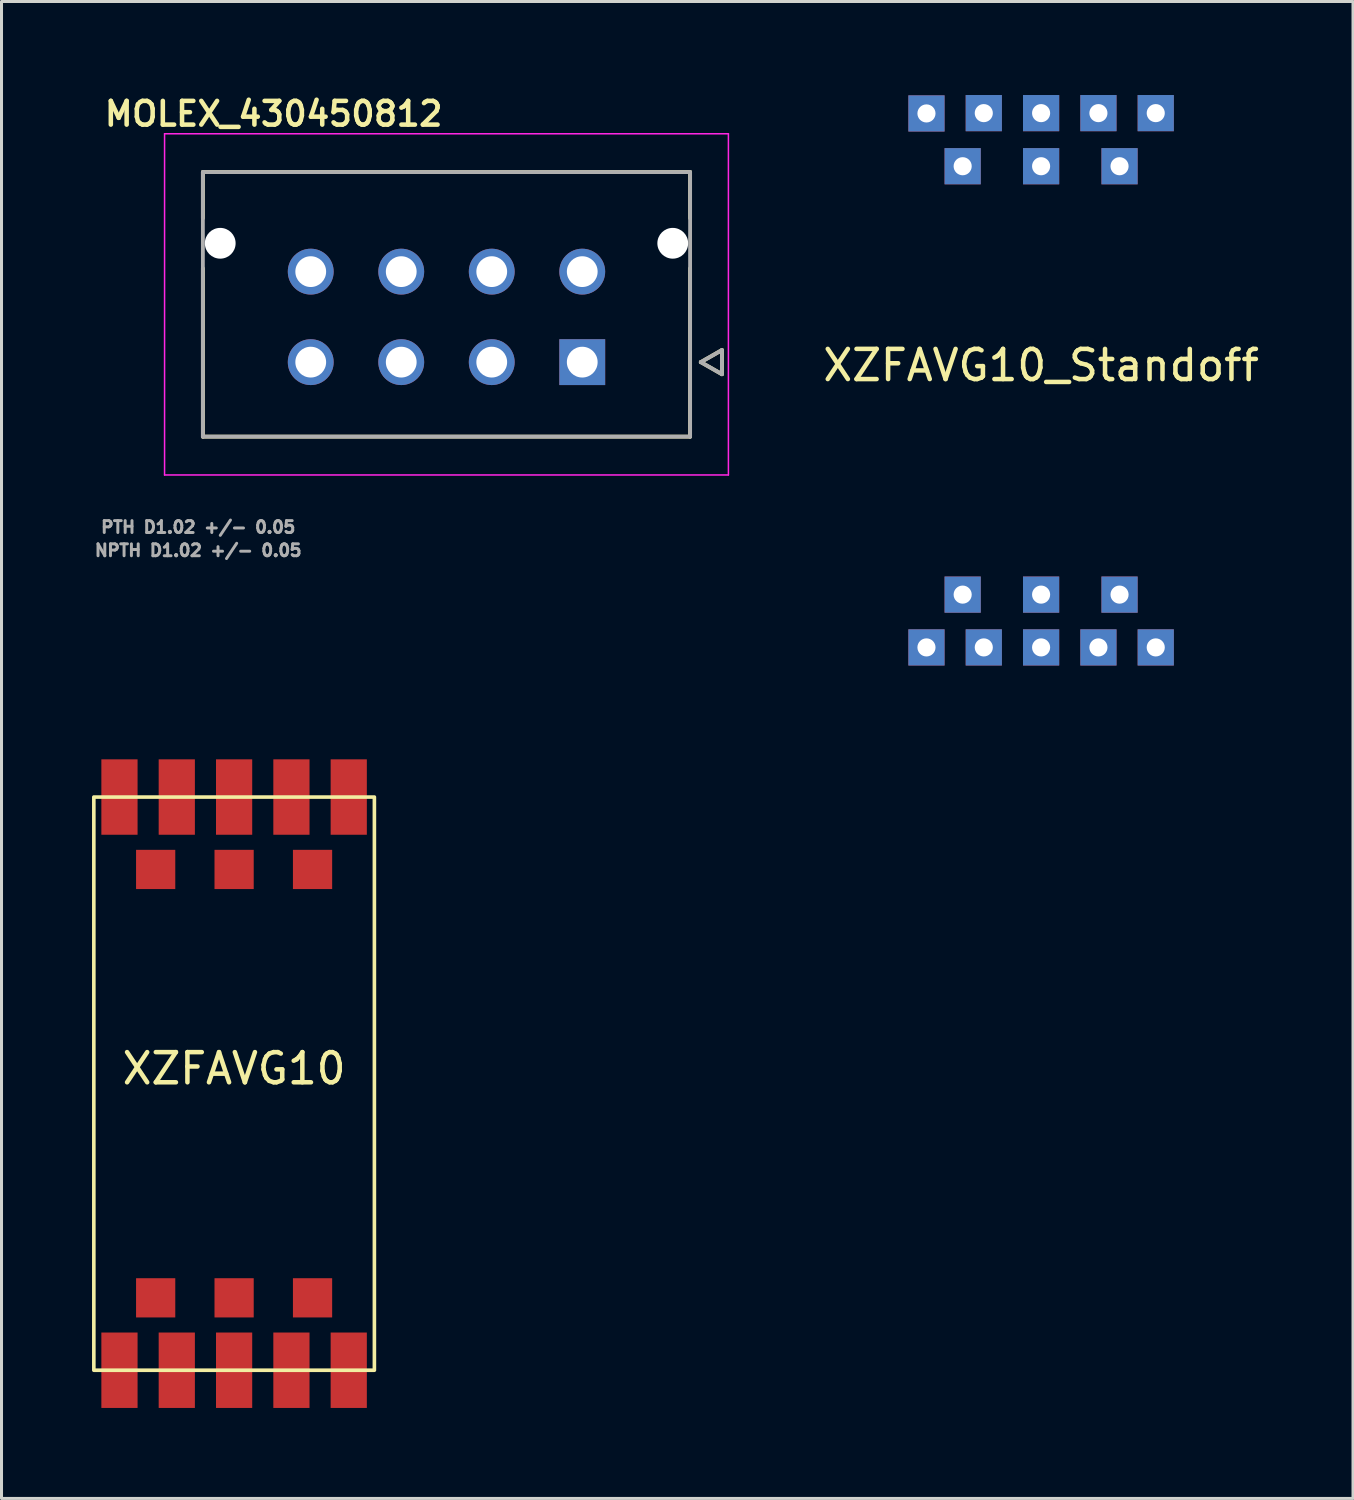
<source format=kicad_pcb>
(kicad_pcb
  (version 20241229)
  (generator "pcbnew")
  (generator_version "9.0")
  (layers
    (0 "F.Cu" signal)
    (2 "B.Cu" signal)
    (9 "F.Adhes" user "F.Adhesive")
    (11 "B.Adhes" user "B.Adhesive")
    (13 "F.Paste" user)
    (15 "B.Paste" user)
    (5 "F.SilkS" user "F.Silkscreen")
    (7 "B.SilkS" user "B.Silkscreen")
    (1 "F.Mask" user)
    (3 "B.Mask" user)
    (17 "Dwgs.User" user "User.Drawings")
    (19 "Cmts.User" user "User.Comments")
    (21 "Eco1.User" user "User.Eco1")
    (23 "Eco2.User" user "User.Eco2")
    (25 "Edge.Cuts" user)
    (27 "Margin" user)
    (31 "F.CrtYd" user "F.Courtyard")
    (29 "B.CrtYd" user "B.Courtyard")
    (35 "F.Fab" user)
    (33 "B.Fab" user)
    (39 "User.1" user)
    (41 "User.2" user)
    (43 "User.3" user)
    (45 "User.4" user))
  (footprint "XZFAVG10"
    (layer "F.Cu")
    (at 4.71 32.87)
    (property "Reference" "XZFAVG10" (at 0 -0.5 0) (unlocked yes) (layer "F.SilkS") (effects (font (size 1 1) (thickness 0.15))))
    (attr smd)
    (fp_rect (start -4.65 -9.5) (end 4.65 9.5) (stroke (width 0.12) (type default)) (fill no) (layer "F.SilkS"))
    (pad "1" smd rect (at -3.8 9.5) (size 1.2 2.5) (layers "F.Cu" "F.Mask" "F.Paste"))
    (pad "2" smd rect (at -1.9 9.5) (size 1.2 2.5) (layers "F.Cu" "F.Mask" "F.Paste"))
    (pad "3" smd rect (at 0 9.5) (size 1.2 2.5) (layers "F.Cu" "F.Mask" "F.Paste"))
    (pad "4" smd rect (at 1.9 9.5) (size 1.2 2.5) (layers "F.Cu" "F.Mask" "F.Paste"))
    (pad "5" smd rect (at 3.8 9.5) (size 1.2 2.5) (layers "F.Cu" "F.Mask" "F.Paste"))
    (pad "6" smd rect (at 2.6 7.1) (size 1.3 1.3) (layers "F.Cu" "F.Mask" "F.Paste"))
    (pad "7" smd rect (at 0 7.1) (size 1.3 1.3) (layers "F.Cu" "F.Mask" "F.Paste"))
    (pad "8" smd rect (at -2.6 7.1) (size 1.3 1.3) (layers "F.Cu" "F.Mask" "F.Paste"))
    (pad "9" smd rect (at -2.6 -7.1 180) (size 1.3 1.3) (layers "F.Cu" "F.Mask" "F.Paste"))
    (pad "10" smd rect (at 0 -7.1 180) (size 1.3 1.3) (layers "F.Cu" "F.Mask" "F.Paste"))
    (pad "11" smd rect (at 2.6 -7.1 180) (size 1.3 1.3) (layers "F.Cu" "F.Mask" "F.Paste"))
    (pad "12" smd rect (at 3.8 -9.5 180) (size 1.2 2.5) (layers "F.Cu" "F.Mask" "F.Paste"))
    (pad "13" smd rect (at 1.9 -9.5 180) (size 1.2 2.5) (layers "F.Cu" "F.Mask" "F.Paste"))
    (pad "14" smd rect (at 0 -9.5 180) (size 1.2 2.5) (layers "F.Cu" "F.Mask" "F.Paste"))
    (pad "15" smd rect (at -1.9 -9.5 180) (size 1.2 2.5) (layers "F.Cu" "F.Mask" "F.Paste"))
    (pad "16" smd rect (at -3.8 -9.5 180) (size 1.2 2.5) (layers "F.Cu" "F.Mask" "F.Paste")))
  (footprint "XZFAVG10_Standoff"
    (layer "F.Cu")
    (at 31.46 9.56)
    (property "Reference" "XZFAVG10_Standoff" (at 0 -0.5 0) (unlocked yes) (layer "F.SilkS") (effects (font (size 1 1) (thickness 0.15))))
    (fp_rect (start -4.65 -9.5) (end 4.65 9.5) (stroke (width 0.12) (type default)) (fill no) (layer "User.2"))
    (pad "1" thru_hole rect (at -3.8 8.85) (size 1.2 1.2) (drill 0.6) (layers "*.Cu" "*.Mask"))
    (pad "2" thru_hole rect (at -1.9 8.85) (size 1.2 1.2) (drill 0.6) (layers "*.Cu" "*.Mask"))
    (pad "3" thru_hole rect (at 0 8.85) (size 1.2 1.2) (drill 0.6) (layers "*.Cu" "*.Mask"))
    (pad "4" thru_hole rect (at 1.9 8.85) (size 1.2 1.2) (drill 0.6) (layers "*.Cu" "*.Mask"))
    (pad "5" thru_hole rect (at 3.8 8.85) (size 1.2 1.2) (drill 0.6) (layers "*.Cu" "*.Mask"))
    (pad "6" thru_hole rect (at 2.6 7.1) (size 1.2 1.2) (drill 0.6) (layers "*.Cu" "*.Mask"))
    (pad "7" thru_hole rect (at 0 7.1) (size 1.2 1.2) (drill 0.6) (layers "*.Cu" "*.Mask"))
    (pad "8" thru_hole rect (at -2.6 7.1) (size 1.2 1.2) (drill 0.6) (layers "*.Cu" "*.Mask"))
    (pad "9" thru_hole rect (at -2.6 -7.1) (size 1.2 1.2) (drill 0.6) (layers "*.Cu" "*.Mask"))
    (pad "10" thru_hole rect (at 0 -7.1) (size 1.2 1.2) (drill 0.6) (layers "*.Cu" "*.Mask"))
    (pad "11" thru_hole rect (at 2.6 -7.1) (size 1.2 1.2) (drill 0.6) (layers "*.Cu" "*.Mask"))
    (pad "12" thru_hole rect (at 3.8 -8.86) (size 1.2 1.2) (drill 0.6) (layers "*.Cu" "*.Mask"))
    (pad "13" thru_hole rect (at 1.9 -8.86) (size 1.2 1.2) (drill 0.6) (layers "*.Cu" "*.Mask"))
    (pad "14" thru_hole rect (at 0 -8.86) (size 1.2 1.2) (drill 0.6) (layers "*.Cu" "*.Mask"))
    (pad "15" thru_hole rect (at -1.9 -8.86) (size 1.2 1.2) (drill 0.6) (layers "*.Cu" "*.Mask"))
    (pad "16" thru_hole rect (at -3.8 -8.85) (size 1.2 1.2) (drill 0.6) (layers "*.Cu" "*.Mask")))
  (footprint "MOLEX_430450812"
    (layer "F.Cu")
    (at 16.25 8.954)
    (property "Reference" "MOLEX_430450812" (at -10.23 -8.23 0) (layer "F.SilkS") (effects (font (size 0.787 0.787) (thickness 0.15))))
    (attr through_hole)
    (fp_circle (center -12 -3.94) (end -11.707 -3.94) (stroke (width 0.586) (type solid)) (fill no) (layer "F.Mask"))
    (fp_circle (center -9 -3) (end -8.582 -3) (stroke (width 0.836) (type solid)) (fill no) (layer "F.Mask"))
    (fp_circle (center -9 0) (end -8.582 0) (stroke (width 0.836) (type solid)) (fill no) (layer "F.Mask"))
    (fp_circle (center -6 -3) (end -5.582 -3) (stroke (width 0.836) (type solid)) (fill no) (layer "F.Mask"))
    (fp_circle (center -6 0) (end -5.582 0) (stroke (width 0.836) (type solid)) (fill no) (layer "F.Mask"))
    (fp_circle (center -3 -3) (end -2.582 -3) (stroke (width 0.836) (type solid)) (fill no) (layer "F.Mask"))
    (fp_circle (center -3 0) (end -2.582 0) (stroke (width 0.836) (type solid)) (fill no) (layer "F.Mask"))
    (fp_circle (center 0 -3) (end 0.418 -3) (stroke (width 0.836) (type solid)) (fill no) (layer "F.Mask"))
    (fp_circle (center 3 -3.94) (end 3.293 -3.94) (stroke (width 0.586) (type solid)) (fill no) (layer "F.Mask"))
    (fp_poly (pts (xy -0.836 -0.836) (xy 0.836 -0.836) (xy 0.836 0.836) (xy -0.836 0.836)) (stroke (width 0.01) (type solid)) (fill yes) (layer "F.Mask"))
    (fp_circle (center -12 -3.94) (end -11.707 -3.94) (stroke (width 0.586) (type solid)) (fill no) (layer "B.Mask"))
    (fp_circle (center -9 -3) (end -8.582 -3) (stroke (width 0.836) (type solid)) (fill no) (layer "B.Mask"))
    (fp_circle (center -9 0) (end -8.582 0) (stroke (width 0.836) (type solid)) (fill no) (layer "B.Mask"))
    (fp_circle (center -6 -3) (end -5.582 -3) (stroke (width 0.836) (type solid)) (fill no) (layer "B.Mask"))
    (fp_circle (center -6 0) (end -5.582 0) (stroke (width 0.836) (type solid)) (fill no) (layer "B.Mask"))
    (fp_circle (center -3 -3) (end -2.582 -3) (stroke (width 0.836) (type solid)) (fill no) (layer "B.Mask"))
    (fp_circle (center -3 0) (end -2.582 0) (stroke (width 0.836) (type solid)) (fill no) (layer "B.Mask"))
    (fp_circle (center 0 -3) (end 0.418 -3) (stroke (width 0.836) (type solid)) (fill no) (layer "B.Mask"))
    (fp_circle (center 3 -3.94) (end 3.293 -3.94) (stroke (width 0.586) (type solid)) (fill no) (layer "B.Mask"))
    (fp_poly (pts (xy -0.836 -0.836) (xy 0.836 -0.836) (xy 0.836 0.836) (xy -0.836 0.836)) (stroke (width 0.01) (type solid)) (fill yes) (layer "B.Mask"))
    (fp_line (start -12.575 -6.3) (end 3.575 -6.3) (stroke (width 0.127) (type solid)) (layer "F.SilkS"))
    (fp_line (start -12.575 -4.77) (end -12.575 -6.3) (stroke (width 0.127) (type solid)) (layer "F.SilkS"))
    (fp_line (start -12.575 2.47) (end -12.575 -3.11) (stroke (width 0.127) (type solid)) (layer "F.SilkS"))
    (fp_line (start 3.575 -6.3) (end 3.575 -4.77) (stroke (width 0.127) (type solid)) (layer "F.SilkS"))
    (fp_line (start 3.575 -3.11) (end 3.575 2.47) (stroke (width 0.127) (type solid)) (layer "F.SilkS"))
    (fp_line (start 3.575 2.47) (end -12.575 2.47) (stroke (width 0.127) (type solid)) (layer "F.SilkS"))
    (fp_line (start 3.93 0) (end 4.63 0.4) (stroke (width 0.127) (type solid)) (layer "F.SilkS"))
    (fp_line (start 4.63 -0.4) (end 3.93 0) (stroke (width 0.127) (type solid)) (layer "F.SilkS"))
    (fp_line (start 4.63 0.4) (end 4.63 -0.4) (stroke (width 0.127) (type solid)) (layer "F.SilkS"))
    (fp_line (start -13.845 -7.57) (end 4.845 -7.57) (stroke (width 0.05) (type solid)) (layer "F.CrtYd"))
    (fp_line (start -13.845 3.74) (end -13.845 -7.57) (stroke (width 0.05) (type solid)) (layer "F.CrtYd"))
    (fp_line (start 4.845 -7.57) (end 4.845 3.74) (stroke (width 0.05) (type solid)) (layer "F.CrtYd"))
    (fp_line (start 4.845 3.74) (end -13.845 3.74) (stroke (width 0.05) (type solid)) (layer "F.CrtYd"))
    (fp_line (start -12.575 -6.3) (end -12.575 2.47) (stroke (width 0.127) (type solid)) (layer "F.Fab"))
    (fp_line (start -12.575 2.47) (end 3.575 2.47) (stroke (width 0.127) (type solid)) (layer "F.Fab"))
    (fp_line (start 3.575 -6.3) (end -12.575 -6.3) (stroke (width 0.127) (type solid)) (layer "F.Fab"))
    (fp_line (start 3.575 2.47) (end 3.575 -6.3) (stroke (width 0.127) (type solid)) (layer "F.Fab"))
    (fp_line (start 3.93 0) (end 4.63 0.4) (stroke (width 0.127) (type solid)) (layer "F.Fab"))
    (fp_line (start 4.63 -0.4) (end 3.93 0) (stroke (width 0.127) (type solid)) (layer "F.Fab"))
    (fp_line (start 4.63 0.4) (end 4.63 -0.4) (stroke (width 0.127) (type solid)) (layer "F.Fab"))
    (fp_text user "NPTH D1.02 +/- 0.05" (at -12.73 6.24 0) (layer "F.Fab") (effects (font (size 0.394 0.394) (thickness 0.15))))
    (fp_text user "PTH D1.02 +/- 0.05" (at -12.73 5.47 0) (layer "F.Fab") (effects (font (size 0.394 0.394) (thickness 0.15))))
    (pad "" np_thru_hole circle (at -12 -3.94) (size 1.02 1.02) (drill 1.02) (layers "*.Cu" "*.Mask"))
    (pad "" np_thru_hole circle (at 3 -3.94) (size 1.02 1.02) (drill 1.02) (layers "*.Cu" "*.Mask"))
    (pad "1" thru_hole rect (at 0 0) (size 1.52 1.52) (drill 1.02) (layers "*.Cu"))
    (pad "2" thru_hole circle (at -3 0) (size 1.52 1.52) (drill 1.02) (layers "*.Cu"))
    (pad "3" thru_hole circle (at -6 0) (size 1.52 1.52) (drill 1.02) (layers "*.Cu"))
    (pad "4" thru_hole circle (at -9 0) (size 1.52 1.52) (drill 1.02) (layers "*.Cu"))
    (pad "5" thru_hole circle (at 0 -3) (size 1.52 1.52) (drill 1.02) (layers "*.Cu"))
    (pad "6" thru_hole circle (at -3 -3) (size 1.52 1.52) (drill 1.02) (layers "*.Cu"))
    (pad "7" thru_hole circle (at -6 -3) (size 1.52 1.52) (drill 1.02) (layers "*.Cu"))
    (pad "8" thru_hole circle (at -9 -3) (size 1.52 1.52) (drill 1.02) (layers "*.Cu")))
  (gr_rect
    (start -3 -3)
    (end 41.799 46.62)
    (stroke (width 0.1) (type default))
    (fill no)
    (layer "Edge.Cuts")))
</source>
